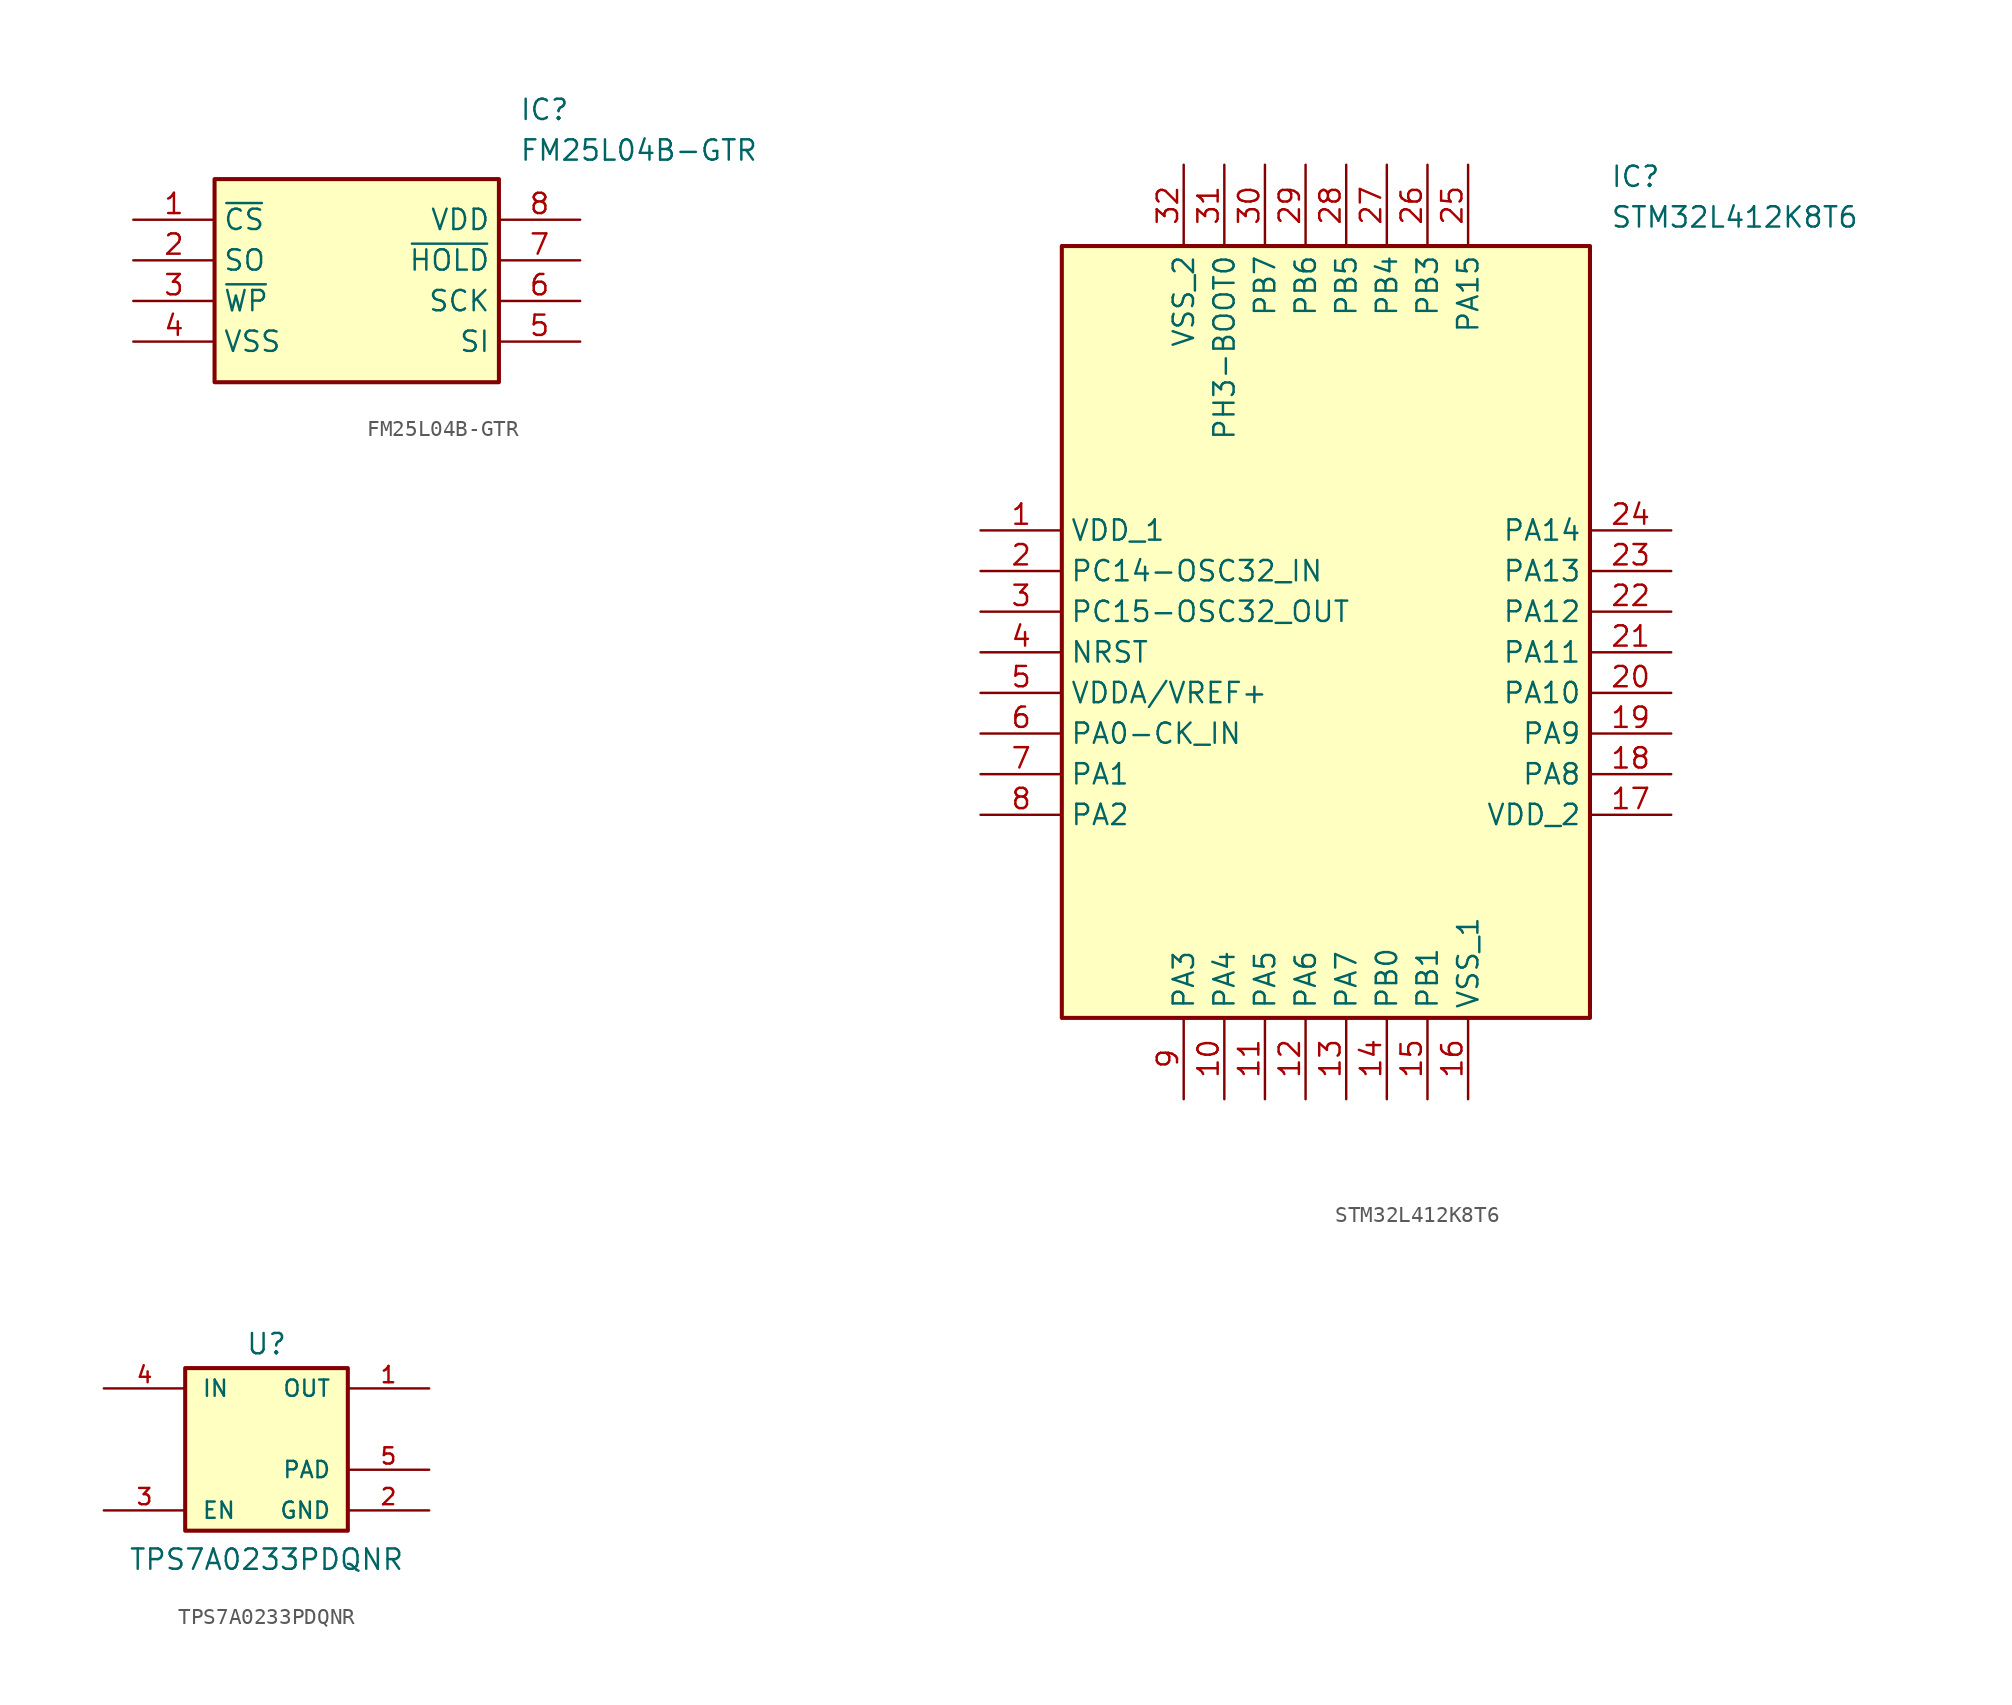
<source format=kicad_sym>
(kicad_symbol_lib
  (version 20231120)
  (generator "kicad_symbol_editor")
  (generator_version "8.0")
  (symbol "FM25L04B-GTR"
    (property "Reference" "IC"
      (at 24.13 7.62 0)
      (effects (font (size 1.27 1.27)) (justify left top)))
    (property "Value" "FM25L04B-GTR"
      (at 24.13 5.08 0)
      (effects (font (size 1.27 1.27)) (justify left top)))
    (symbol "FM25L04B-GTR_1_1"
      (rectangle (start 5.08 2.54) (end 22.86 -10.16) (stroke (width 0.254) (type default)) (fill (type background)))
      (pin passive line (at 0 0 0) (length 5.08) (name "~{CS}" (effects (font (size 1.27 1.27)))) (number "1" (effects (font (size 1.27 1.27)))))
      (pin passive line (at 0 -2.54 0) (length 5.08) (name "SO" (effects (font (size 1.27 1.27)))) (number "2" (effects (font (size 1.27 1.27)))))
      (pin passive line (at 0 -5.08 0) (length 5.08) (name "~{WP}" (effects (font (size 1.27 1.27)))) (number "3" (effects (font (size 1.27 1.27)))))
      (pin passive line (at 0 -7.62 0) (length 5.08) (name "VSS" (effects (font (size 1.27 1.27)))) (number "4" (effects (font (size 1.27 1.27)))))
      (pin passive line (at 27.94 -7.62 180) (length 5.08) (name "SI" (effects (font (size 1.27 1.27)))) (number "5" (effects (font (size 1.27 1.27)))))
      (pin passive line (at 27.94 -5.08 180) (length 5.08) (name "SCK" (effects (font (size 1.27 1.27)))) (number "6" (effects (font (size 1.27 1.27)))))
      (pin passive line (at 27.94 -2.54 180) (length 5.08) (name "~{HOLD}" (effects (font (size 1.27 1.27)))) (number "7" (effects (font (size 1.27 1.27)))))
      (pin passive line (at 27.94 0 180) (length 5.08) (name "VDD" (effects (font (size 1.27 1.27)))) (number "8" (effects (font (size 1.27 1.27)))))))
  (symbol "STM32L412K8T6"
    (property "Reference" "IC"
      (at 39.37 22.86 0)
      (effects (font (size 1.27 1.27)) (justify left top)))
    (property "Value" "STM32L412K8T6"
      (at 39.37 20.32 0)
      (effects (font (size 1.27 1.27)) (justify left top)))
    (symbol "STM32L412K8T6_1_1"
      (rectangle (start 5.08 17.78) (end 38.1 -30.48) (stroke (width 0.254) (type default)) (fill (type background)))
      (pin passive line (at 0 0 0) (length 5.08) (name "VDD_1" (effects (font (size 1.27 1.27)))) (number "1" (effects (font (size 1.27 1.27)))))
      (pin passive line (at 15.24 -35.56 90) (length 5.08) (name "PA4" (effects (font (size 1.27 1.27)))) (number "10" (effects (font (size 1.27 1.27)))))
      (pin passive line (at 17.78 -35.56 90) (length 5.08) (name "PA5" (effects (font (size 1.27 1.27)))) (number "11" (effects (font (size 1.27 1.27)))))
      (pin passive line (at 20.32 -35.56 90) (length 5.08) (name "PA6" (effects (font (size 1.27 1.27)))) (number "12" (effects (font (size 1.27 1.27)))))
      (pin passive line (at 22.86 -35.56 90) (length 5.08) (name "PA7" (effects (font (size 1.27 1.27)))) (number "13" (effects (font (size 1.27 1.27)))))
      (pin passive line (at 25.4 -35.56 90) (length 5.08) (name "PB0" (effects (font (size 1.27 1.27)))) (number "14" (effects (font (size 1.27 1.27)))))
      (pin passive line (at 27.94 -35.56 90) (length 5.08) (name "PB1" (effects (font (size 1.27 1.27)))) (number "15" (effects (font (size 1.27 1.27)))))
      (pin passive line (at 30.48 -35.56 90) (length 5.08) (name "VSS_1" (effects (font (size 1.27 1.27)))) (number "16" (effects (font (size 1.27 1.27)))))
      (pin passive line (at 43.18 -17.78 180) (length 5.08) (name "VDD_2" (effects (font (size 1.27 1.27)))) (number "17" (effects (font (size 1.27 1.27)))))
      (pin passive line (at 43.18 -15.24 180) (length 5.08) (name "PA8" (effects (font (size 1.27 1.27)))) (number "18" (effects (font (size 1.27 1.27)))))
      (pin passive line (at 43.18 -12.7 180) (length 5.08) (name "PA9" (effects (font (size 1.27 1.27)))) (number "19" (effects (font (size 1.27 1.27)))))
      (pin passive line (at 0 -2.54 0) (length 5.08) (name "PC14-OSC32_IN" (effects (font (size 1.27 1.27)))) (number "2" (effects (font (size 1.27 1.27)))))
      (pin passive line (at 43.18 -10.16 180) (length 5.08) (name "PA10" (effects (font (size 1.27 1.27)))) (number "20" (effects (font (size 1.27 1.27)))))
      (pin passive line (at 43.18 -7.62 180) (length 5.08) (name "PA11" (effects (font (size 1.27 1.27)))) (number "21" (effects (font (size 1.27 1.27)))))
      (pin passive line (at 43.18 -5.08 180) (length 5.08) (name "PA12" (effects (font (size 1.27 1.27)))) (number "22" (effects (font (size 1.27 1.27)))))
      (pin passive line (at 43.18 -2.54 180) (length 5.08) (name "PA13" (effects (font (size 1.27 1.27)))) (number "23" (effects (font (size 1.27 1.27)))))
      (pin passive line (at 43.18 0 180) (length 5.08) (name "PA14" (effects (font (size 1.27 1.27)))) (number "24" (effects (font (size 1.27 1.27)))))
      (pin passive line (at 30.48 22.86 270) (length 5.08) (name "PA15" (effects (font (size 1.27 1.27)))) (number "25" (effects (font (size 1.27 1.27)))))
      (pin passive line (at 27.94 22.86 270) (length 5.08) (name "PB3" (effects (font (size 1.27 1.27)))) (number "26" (effects (font (size 1.27 1.27)))))
      (pin passive line (at 25.4 22.86 270) (length 5.08) (name "PB4" (effects (font (size 1.27 1.27)))) (number "27" (effects (font (size 1.27 1.27)))))
      (pin passive line (at 22.86 22.86 270) (length 5.08) (name "PB5" (effects (font (size 1.27 1.27)))) (number "28" (effects (font (size 1.27 1.27)))))
      (pin passive line (at 20.32 22.86 270) (length 5.08) (name "PB6" (effects (font (size 1.27 1.27)))) (number "29" (effects (font (size 1.27 1.27)))))
      (pin passive line (at 0 -5.08 0) (length 5.08) (name "PC15-OSC32_OUT" (effects (font (size 1.27 1.27)))) (number "3" (effects (font (size 1.27 1.27)))))
      (pin passive line (at 17.78 22.86 270) (length 5.08) (name "PB7" (effects (font (size 1.27 1.27)))) (number "30" (effects (font (size 1.27 1.27)))))
      (pin passive line (at 15.24 22.86 270) (length 5.08) (name "PH3-BOOT0" (effects (font (size 1.27 1.27)))) (number "31" (effects (font (size 1.27 1.27)))))
      (pin passive line (at 12.7 22.86 270) (length 5.08) (name "VSS_2" (effects (font (size 1.27 1.27)))) (number "32" (effects (font (size 1.27 1.27)))))
      (pin passive line (at 0 -7.62 0) (length 5.08) (name "NRST" (effects (font (size 1.27 1.27)))) (number "4" (effects (font (size 1.27 1.27)))))
      (pin passive line (at 0 -10.16 0) (length 5.08) (name "VDDA/VREF+" (effects (font (size 1.27 1.27)))) (number "5" (effects (font (size 1.27 1.27)))))
      (pin passive line (at 0 -12.7 0) (length 5.08) (name "PA0-CK_IN" (effects (font (size 1.27 1.27)))) (number "6" (effects (font (size 1.27 1.27)))))
      (pin passive line (at 0 -15.24 0) (length 5.08) (name "PA1" (effects (font (size 1.27 1.27)))) (number "7" (effects (font (size 1.27 1.27)))))
      (pin passive line (at 0 -17.78 0) (length 5.08) (name "PA2" (effects (font (size 1.27 1.27)))) (number "8" (effects (font (size 1.27 1.27)))))
      (pin passive line (at 12.7 -35.56 90) (length 5.08) (name "PA3" (effects (font (size 1.27 1.27)))) (number "9" (effects (font (size 1.27 1.27)))))))
  (symbol "TPS7A0233PDQNR"
    (pin_names
      (offset 1.016))
    (property "Reference" "U"
      (at 0 5.842 0)
      (effects (font (size 1.27 1.27)) (justify bottom)))
    (property "Value" "TPS7A0233PDQNR"
      (at 0 -7.62 0)
      (effects (font (size 1.27 1.27)) (justify bottom)))
    (symbol "TPS7A0233PDQNR_0_0"
      (rectangle (start -5.08 5.08) (end 5.08 -5.08) (stroke (width 0.254) (type default)) (fill (type background)))
      (pin output line (at 10.16 3.81 180) (length 5.08) (name "OUT" (effects (font (size 1.016 1.016)))) (number "1" (effects (font (size 1.016 1.016)))))
      (pin power_in line (at 10.16 -3.81 180) (length 5.08) (name "GND" (effects (font (size 1.016 1.016)))) (number "2" (effects (font (size 1.016 1.016)))))
      (pin input line (at -10.16 -3.81 0) (length 5.08) (name "EN" (effects (font (size 1.016 1.016)))) (number "3" (effects (font (size 1.016 1.016)))))
      (pin input line (at -10.16 3.81 0) (length 5.08) (name "IN" (effects (font (size 1.016 1.016)))) (number "4" (effects (font (size 1.016 1.016)))))
      (pin power_in line (at 10.16 -1.27 180) (length 5.08) (name "PAD" (effects (font (size 1.016 1.016)))) (number "5" (effects (font (size 1.016 1.016))))))))
</source>
